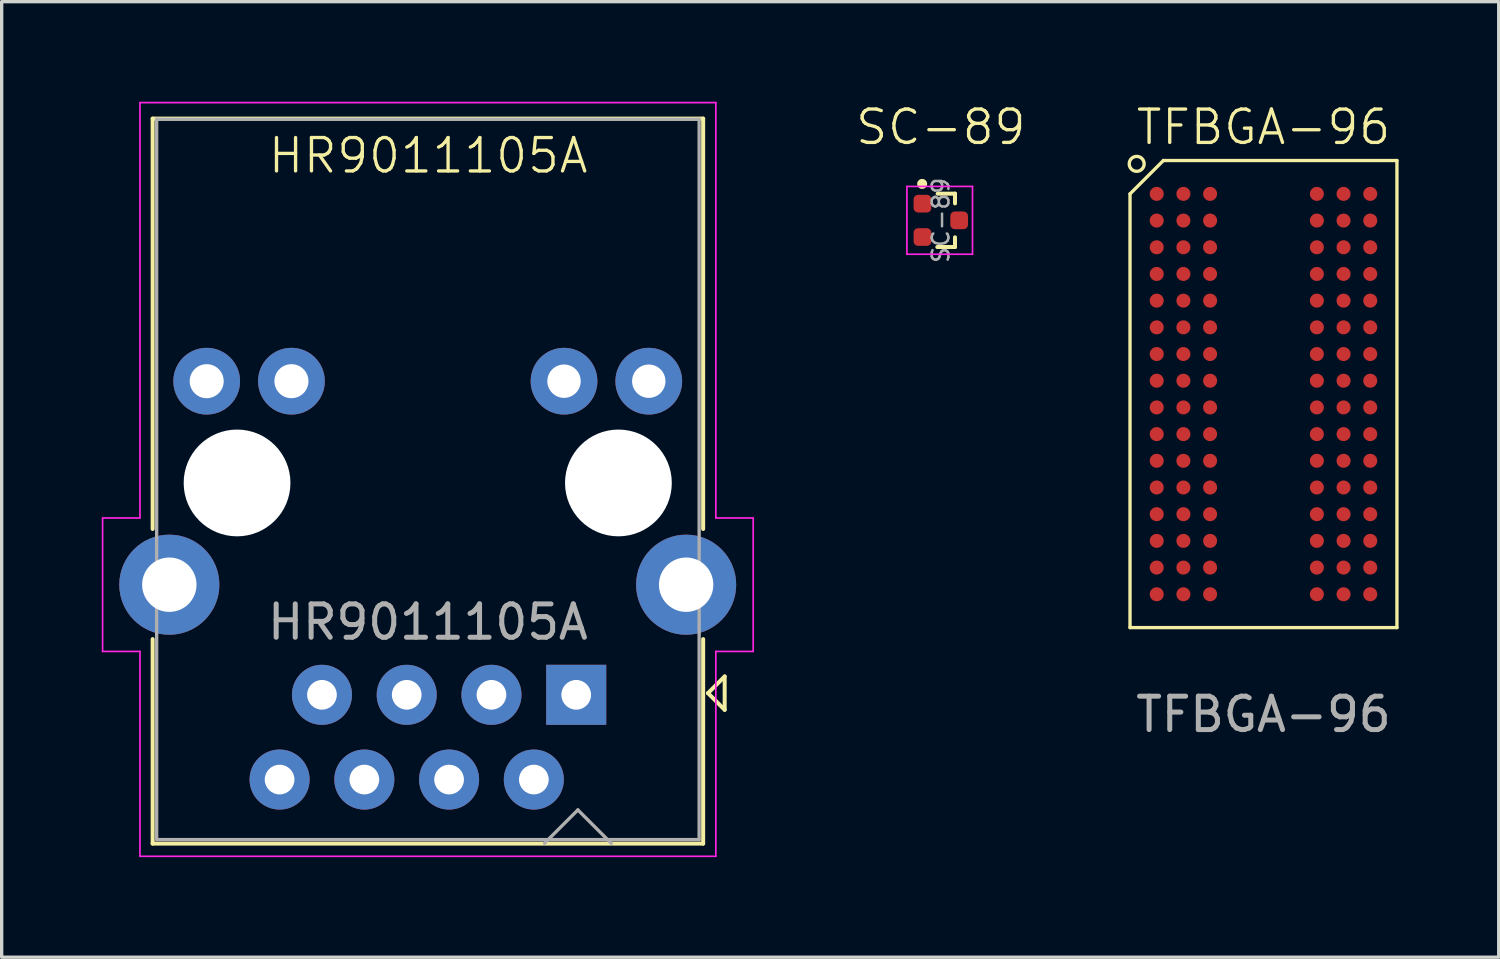
<source format=kicad_pcb>
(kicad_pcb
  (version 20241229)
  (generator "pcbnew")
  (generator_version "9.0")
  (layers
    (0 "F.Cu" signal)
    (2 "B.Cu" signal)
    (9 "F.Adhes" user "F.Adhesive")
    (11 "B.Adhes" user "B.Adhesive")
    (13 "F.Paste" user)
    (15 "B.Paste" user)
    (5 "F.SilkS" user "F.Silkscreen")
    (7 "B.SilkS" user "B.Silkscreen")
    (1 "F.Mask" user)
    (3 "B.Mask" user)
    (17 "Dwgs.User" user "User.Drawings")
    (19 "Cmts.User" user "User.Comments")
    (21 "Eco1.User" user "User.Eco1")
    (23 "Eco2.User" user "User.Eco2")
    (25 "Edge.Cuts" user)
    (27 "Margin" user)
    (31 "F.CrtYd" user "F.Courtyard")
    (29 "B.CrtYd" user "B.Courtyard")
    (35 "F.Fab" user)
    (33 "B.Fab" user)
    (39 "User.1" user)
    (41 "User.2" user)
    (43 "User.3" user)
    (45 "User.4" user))
  (footprint "TFBGA-96"
    (layer "F.Cu")
    (at 34.819 8.761)
    (property "Reference" "TFBGA-96" (at 0 -8 0) (unlocked yes) (layer "F.SilkS") (effects (font (size 1 1) (thickness 0.1))))
    (attr smd)
    (fp_line (start -4 -6) (end -3 -7) (stroke (width 0.1) (type default)) (layer "F.SilkS"))
    (fp_line (start -4 7) (end -4 -6) (stroke (width 0.1) (type default)) (layer "F.SilkS"))
    (fp_line (start -3 -7) (end 4 -7) (stroke (width 0.1) (type default)) (layer "F.SilkS"))
    (fp_line (start 4 -7) (end 4 7) (stroke (width 0.1) (type default)) (layer "F.SilkS"))
    (fp_line (start 4 7) (end -4 7) (stroke (width 0.1) (type default)) (layer "F.SilkS"))
    (fp_circle (center -3.8 -6.9) (end -3.7 -6.7) (stroke (width 0.1) (type default)) (fill no) (layer "F.SilkS"))
    (fp_text user "${REFERENCE}" (at 0 9.6 0) (unlocked yes) (layer "F.Fab") (effects (font (size 1 1) (thickness 0.15))))
    (pad "A1" smd circle (at -3.2 -6) (size 0.42 0.42) (layers "F.Cu" "F.Mask" "F.Paste"))
    (pad "A2" smd circle (at -2.4 -6) (size 0.42 0.42) (layers "F.Cu" "F.Mask" "F.Paste"))
    (pad "A3" smd circle (at -1.6 -6) (size 0.42 0.42) (layers "F.Cu" "F.Mask" "F.Paste"))
    (pad "A7" smd circle (at 1.6 -6) (size 0.42 0.42) (layers "F.Cu" "F.Mask" "F.Paste"))
    (pad "A8" smd circle (at 2.4 -6) (size 0.42 0.42) (layers "F.Cu" "F.Mask" "F.Paste"))
    (pad "A9" smd circle (at 3.2 -6) (size 0.42 0.42) (layers "F.Cu" "F.Mask" "F.Paste"))
    (pad "B1" smd circle (at -3.2 -5.2) (size 0.42 0.42) (layers "F.Cu" "F.Mask" "F.Paste"))
    (pad "B2" smd circle (at -2.4 -5.2) (size 0.42 0.42) (layers "F.Cu" "F.Mask" "F.Paste"))
    (pad "B3" smd circle (at -1.6 -5.2) (size 0.42 0.42) (layers "F.Cu" "F.Mask" "F.Paste"))
    (pad "B7" smd circle (at 1.6 -5.2) (size 0.42 0.42) (layers "F.Cu" "F.Mask" "F.Paste"))
    (pad "B8" smd circle (at 2.4 -5.2) (size 0.42 0.42) (layers "F.Cu" "F.Mask" "F.Paste"))
    (pad "B9" smd circle (at 3.2 -5.2) (size 0.42 0.42) (layers "F.Cu" "F.Mask" "F.Paste"))
    (pad "C1" smd circle (at -3.2 -4.4) (size 0.42 0.42) (layers "F.Cu" "F.Mask" "F.Paste"))
    (pad "C2" smd circle (at -2.4 -4.4) (size 0.42 0.42) (layers "F.Cu" "F.Mask" "F.Paste"))
    (pad "C3" smd circle (at -1.6 -4.4) (size 0.42 0.42) (layers "F.Cu" "F.Mask" "F.Paste"))
    (pad "C7" smd circle (at 1.6 -4.4) (size 0.42 0.42) (layers "F.Cu" "F.Mask" "F.Paste"))
    (pad "C8" smd circle (at 2.4 -4.4) (size 0.42 0.42) (layers "F.Cu" "F.Mask" "F.Paste"))
    (pad "C9" smd circle (at 3.2 -4.4) (size 0.42 0.42) (layers "F.Cu" "F.Mask" "F.Paste"))
    (pad "D1" smd circle (at -3.2 -3.6) (size 0.42 0.42) (layers "F.Cu" "F.Mask" "F.Paste"))
    (pad "D2" smd circle (at -2.4 -3.6) (size 0.42 0.42) (layers "F.Cu" "F.Mask" "F.Paste"))
    (pad "D3" smd circle (at -1.6 -3.6) (size 0.42 0.42) (layers "F.Cu" "F.Mask" "F.Paste"))
    (pad "D7" smd circle (at 1.6 -3.6) (size 0.42 0.42) (layers "F.Cu" "F.Mask" "F.Paste"))
    (pad "D8" smd circle (at 2.4 -3.6) (size 0.42 0.42) (layers "F.Cu" "F.Mask" "F.Paste"))
    (pad "D9" smd circle (at 3.2 -3.6) (size 0.42 0.42) (layers "F.Cu" "F.Mask" "F.Paste"))
    (pad "E1" smd circle (at -3.2 -2.8) (size 0.42 0.42) (layers "F.Cu" "F.Mask" "F.Paste"))
    (pad "E2" smd circle (at -2.4 -2.8) (size 0.42 0.42) (layers "F.Cu" "F.Mask" "F.Paste"))
    (pad "E3" smd circle (at -1.6 -2.8) (size 0.42 0.42) (layers "F.Cu" "F.Mask" "F.Paste"))
    (pad "E7" smd circle (at 1.6 -2.8) (size 0.42 0.42) (layers "F.Cu" "F.Mask" "F.Paste"))
    (pad "E8" smd circle (at 2.4 -2.8) (size 0.42 0.42) (layers "F.Cu" "F.Mask" "F.Paste"))
    (pad "E9" smd circle (at 3.2 -2.8) (size 0.42 0.42) (layers "F.Cu" "F.Mask" "F.Paste"))
    (pad "F1" smd circle (at -3.2 -2) (size 0.42 0.42) (layers "F.Cu" "F.Mask" "F.Paste"))
    (pad "F2" smd circle (at -2.4 -2) (size 0.42 0.42) (layers "F.Cu" "F.Mask" "F.Paste"))
    (pad "F3" smd circle (at -1.6 -2) (size 0.42 0.42) (layers "F.Cu" "F.Mask" "F.Paste"))
    (pad "F7" smd circle (at 1.6 -2) (size 0.42 0.42) (layers "F.Cu" "F.Mask" "F.Paste"))
    (pad "F8" smd circle (at 2.4 -2) (size 0.42 0.42) (layers "F.Cu" "F.Mask" "F.Paste"))
    (pad "F9" smd circle (at 3.2 -2) (size 0.42 0.42) (layers "F.Cu" "F.Mask" "F.Paste"))
    (pad "G1" smd circle (at -3.2 -1.2) (size 0.42 0.42) (layers "F.Cu" "F.Mask" "F.Paste"))
    (pad "G2" smd circle (at -2.4 -1.2) (size 0.42 0.42) (layers "F.Cu" "F.Mask" "F.Paste"))
    (pad "G3" smd circle (at -1.6 -1.2) (size 0.42 0.42) (layers "F.Cu" "F.Mask" "F.Paste"))
    (pad "G7" smd circle (at 1.6 -1.2) (size 0.42 0.42) (layers "F.Cu" "F.Mask" "F.Paste"))
    (pad "G8" smd circle (at 2.4 -1.2) (size 0.42 0.42) (layers "F.Cu" "F.Mask" "F.Paste"))
    (pad "G9" smd circle (at 3.2 -1.2) (size 0.42 0.42) (layers "F.Cu" "F.Mask" "F.Paste"))
    (pad "H1" smd circle (at -3.2 -0.4) (size 0.42 0.42) (layers "F.Cu" "F.Mask" "F.Paste"))
    (pad "H2" smd circle (at -2.4 -0.4) (size 0.42 0.42) (layers "F.Cu" "F.Mask" "F.Paste"))
    (pad "H3" smd circle (at -1.6 -0.4) (size 0.42 0.42) (layers "F.Cu" "F.Mask" "F.Paste"))
    (pad "H7" smd circle (at 1.6 -0.4) (size 0.42 0.42) (layers "F.Cu" "F.Mask" "F.Paste"))
    (pad "H8" smd circle (at 2.4 -0.4) (size 0.42 0.42) (layers "F.Cu" "F.Mask" "F.Paste"))
    (pad "H9" smd circle (at 3.2 -0.4) (size 0.42 0.42) (layers "F.Cu" "F.Mask" "F.Paste"))
    (pad "J1" smd circle (at -3.2 0.4) (size 0.42 0.42) (layers "F.Cu" "F.Mask" "F.Paste"))
    (pad "J2" smd circle (at -2.4 0.4) (size 0.42 0.42) (layers "F.Cu" "F.Mask" "F.Paste"))
    (pad "J3" smd circle (at -1.6 0.4) (size 0.42 0.42) (layers "F.Cu" "F.Mask" "F.Paste"))
    (pad "J7" smd circle (at 1.6 0.4) (size 0.42 0.42) (layers "F.Cu" "F.Mask" "F.Paste"))
    (pad "J8" smd circle (at 2.4 0.4) (size 0.42 0.42) (layers "F.Cu" "F.Mask" "F.Paste"))
    (pad "J9" smd circle (at 3.2 0.4) (size 0.42 0.42) (layers "F.Cu" "F.Mask" "F.Paste"))
    (pad "K1" smd circle (at -3.2 1.2) (size 0.42 0.42) (layers "F.Cu" "F.Mask" "F.Paste"))
    (pad "K2" smd circle (at -2.4 1.2) (size 0.42 0.42) (layers "F.Cu" "F.Mask" "F.Paste"))
    (pad "K3" smd circle (at -1.6 1.2) (size 0.42 0.42) (layers "F.Cu" "F.Mask" "F.Paste"))
    (pad "K7" smd circle (at 1.6 1.2) (size 0.42 0.42) (layers "F.Cu" "F.Mask" "F.Paste"))
    (pad "K8" smd circle (at 2.4 1.2) (size 0.42 0.42) (layers "F.Cu" "F.Mask" "F.Paste"))
    (pad "K9" smd circle (at 3.2 1.2) (size 0.42 0.42) (layers "F.Cu" "F.Mask" "F.Paste"))
    (pad "L1" smd circle (at -3.2 2) (size 0.42 0.42) (layers "F.Cu" "F.Mask" "F.Paste"))
    (pad "L2" smd circle (at -2.4 2) (size 0.42 0.42) (layers "F.Cu" "F.Mask" "F.Paste"))
    (pad "L3" smd circle (at -1.6 2) (size 0.42 0.42) (layers "F.Cu" "F.Mask" "F.Paste"))
    (pad "L7" smd circle (at 1.6 2) (size 0.42 0.42) (layers "F.Cu" "F.Mask" "F.Paste"))
    (pad "L8" smd circle (at 2.4 2) (size 0.42 0.42) (layers "F.Cu" "F.Mask" "F.Paste"))
    (pad "L9" smd circle (at 3.2 2) (size 0.42 0.42) (layers "F.Cu" "F.Mask" "F.Paste"))
    (pad "M1" smd circle (at -3.2 2.8) (size 0.42 0.42) (layers "F.Cu" "F.Mask" "F.Paste"))
    (pad "M2" smd circle (at -2.4 2.8) (size 0.42 0.42) (layers "F.Cu" "F.Mask" "F.Paste"))
    (pad "M3" smd circle (at -1.6 2.8) (size 0.42 0.42) (layers "F.Cu" "F.Mask" "F.Paste"))
    (pad "M7" smd circle (at 1.6 2.8) (size 0.42 0.42) (layers "F.Cu" "F.Mask" "F.Paste"))
    (pad "M8" smd circle (at 2.4 2.8) (size 0.42 0.42) (layers "F.Cu" "F.Mask" "F.Paste"))
    (pad "M9" smd circle (at 3.2 2.8) (size 0.42 0.42) (layers "F.Cu" "F.Mask" "F.Paste"))
    (pad "N1" smd circle (at -3.2 3.6) (size 0.42 0.42) (layers "F.Cu" "F.Mask" "F.Paste"))
    (pad "N2" smd circle (at -2.4 3.6) (size 0.42 0.42) (layers "F.Cu" "F.Mask" "F.Paste"))
    (pad "N3" smd circle (at -1.6 3.6) (size 0.42 0.42) (layers "F.Cu" "F.Mask" "F.Paste"))
    (pad "N7" smd circle (at 1.6 3.6) (size 0.42 0.42) (layers "F.Cu" "F.Mask" "F.Paste"))
    (pad "N8" smd circle (at 2.4 3.6) (size 0.42 0.42) (layers "F.Cu" "F.Mask" "F.Paste"))
    (pad "N9" smd circle (at 3.2 3.6) (size 0.42 0.42) (layers "F.Cu" "F.Mask" "F.Paste"))
    (pad "P1" smd circle (at -3.2 4.4) (size 0.42 0.42) (layers "F.Cu" "F.Mask" "F.Paste"))
    (pad "P2" smd circle (at -2.4 4.4) (size 0.42 0.42) (layers "F.Cu" "F.Mask" "F.Paste"))
    (pad "P3" smd circle (at -1.6 4.4) (size 0.42 0.42) (layers "F.Cu" "F.Mask" "F.Paste"))
    (pad "P7" smd circle (at 1.6 4.4) (size 0.42 0.42) (layers "F.Cu" "F.Mask" "F.Paste"))
    (pad "P8" smd circle (at 2.4 4.4) (size 0.42 0.42) (layers "F.Cu" "F.Mask" "F.Paste"))
    (pad "P9" smd circle (at 3.2 4.4) (size 0.42 0.42) (layers "F.Cu" "F.Mask" "F.Paste"))
    (pad "R1" smd circle (at -3.2 5.2) (size 0.42 0.42) (layers "F.Cu" "F.Mask" "F.Paste"))
    (pad "R2" smd circle (at -2.4 5.2) (size 0.42 0.42) (layers "F.Cu" "F.Mask" "F.Paste"))
    (pad "R3" smd circle (at -1.6 5.2) (size 0.42 0.42) (layers "F.Cu" "F.Mask" "F.Paste"))
    (pad "R7" smd circle (at 1.6 5.2) (size 0.42 0.42) (layers "F.Cu" "F.Mask" "F.Paste"))
    (pad "R8" smd circle (at 2.4 5.2) (size 0.42 0.42) (layers "F.Cu" "F.Mask" "F.Paste"))
    (pad "R9" smd circle (at 3.2 5.2) (size 0.42 0.42) (layers "F.Cu" "F.Mask" "F.Paste"))
    (pad "T1" smd circle (at -3.2 6) (size 0.42 0.42) (layers "F.Cu" "F.Mask" "F.Paste"))
    (pad "T2" smd circle (at -2.4 6) (size 0.42 0.42) (layers "F.Cu" "F.Mask" "F.Paste"))
    (pad "T3" smd circle (at -1.6 6) (size 0.42 0.42) (layers "F.Cu" "F.Mask" "F.Paste"))
    (pad "T7" smd circle (at 1.6 6) (size 0.42 0.42) (layers "F.Cu" "F.Mask" "F.Paste"))
    (pad "T8" smd circle (at 2.4 6) (size 0.42 0.42) (layers "F.Cu" "F.Mask" "F.Paste"))
    (pad "T9" smd circle (at 3.2 6) (size 0.42 0.42) (layers "F.Cu" "F.Mask" "F.Paste")))
  (footprint "HR9011105A"
    (layer "F.Cu")
    (at 9.77 11.425)
    (property "Reference" "HR9011105A" (at 0.015 -9.81 0) (unlocked yes) (layer "F.SilkS") (effects (font (size 1 1) (thickness 0.1))))
    (attr smd)
    (fp_line (start -8.245 1.38) (end -8.245 -10.92) (stroke (width 0.12) (type solid)) (layer "F.SilkS"))
    (fp_line (start -8.245 10.81) (end -8.245 4.68) (stroke (width 0.12) (type solid)) (layer "F.SilkS"))
    (fp_line (start 8.255 -10.92) (end -8.245 -10.92) (stroke (width 0.12) (type solid)) (layer "F.SilkS"))
    (fp_line (start 8.255 1.38) (end 8.255 -10.92) (stroke (width 0.12) (type solid)) (layer "F.SilkS"))
    (fp_line (start 8.255 10.81) (end -8.245 10.81) (stroke (width 0.12) (type solid)) (layer "F.SilkS"))
    (fp_line (start 8.255 10.81) (end 8.255 4.68) (stroke (width 0.12) (type solid)) (layer "F.SilkS"))
    (fp_line (start 8.4 6.3) (end 8.9 6.8) (stroke (width 0.12) (type solid)) (layer "F.SilkS"))
    (fp_line (start 8.9 5.8) (end 8.4 6.3) (stroke (width 0.12) (type solid)) (layer "F.SilkS"))
    (fp_line (start 8.9 6.8) (end 8.9 5.8) (stroke (width 0.12) (type solid)) (layer "F.SilkS"))
    (fp_line (start -9.745 5.05) (end -9.745 1.05) (stroke (width 0.05) (type solid)) (layer "F.CrtYd"))
    (fp_line (start -9.745 5.05) (end -8.625 5.05) (stroke (width 0.05) (type solid)) (layer "F.CrtYd"))
    (fp_line (start -8.625 1.05) (end -9.745 1.05) (stroke (width 0.05) (type solid)) (layer "F.CrtYd"))
    (fp_line (start -8.625 1.05) (end -8.625 -11.4) (stroke (width 0.05) (type solid)) (layer "F.CrtYd"))
    (fp_line (start -8.625 11.19) (end -8.625 5.05) (stroke (width 0.05) (type solid)) (layer "F.CrtYd"))
    (fp_line (start 8.635 -11.4) (end -8.625 -11.4) (stroke (width 0.05) (type solid)) (layer "F.CrtYd"))
    (fp_line (start 8.635 1.05) (end 8.635 -11.4) (stroke (width 0.05) (type solid)) (layer "F.CrtYd"))
    (fp_line (start 8.635 5.05) (end 9.755 5.05) (stroke (width 0.05) (type solid)) (layer "F.CrtYd"))
    (fp_line (start 8.635 11.19) (end -8.625 11.19) (stroke (width 0.05) (type solid)) (layer "F.CrtYd"))
    (fp_line (start 8.635 11.19) (end 8.635 5.05) (stroke (width 0.05) (type solid)) (layer "F.CrtYd"))
    (fp_line (start 9.755 1.05) (end 8.635 1.05) (stroke (width 0.05) (type solid)) (layer "F.CrtYd"))
    (fp_line (start 9.755 5.05) (end 9.755 1.05) (stroke (width 0.05) (type solid)) (layer "F.CrtYd"))
    (fp_line (start -8.125 -10.9) (end 8.135 -10.9) (stroke (width 0.1) (type solid)) (layer "F.Fab"))
    (fp_line (start -8.125 10.69) (end -8.125 -10.9) (stroke (width 0.1) (type solid)) (layer "F.Fab"))
    (fp_line (start 3.5 10.8) (end 4.5 9.8) (stroke (width 0.1) (type default)) (layer "F.Fab"))
    (fp_line (start 4.5 9.8) (end 5.5 10.8) (stroke (width 0.1) (type default)) (layer "F.Fab"))
    (fp_line (start 8.135 -10.9) (end 8.135 10.69) (stroke (width 0.1) (type solid)) (layer "F.Fab"))
    (fp_line (start 8.135 10.69) (end -8.125 10.69) (stroke (width 0.1) (type solid)) (layer "F.Fab"))
    (fp_text user "${REFERENCE}" (at 0.005 4.17 180) (layer "F.Fab") (effects (font (size 1 1) (thickness 0.15))))
    (pad "" np_thru_hole circle (at -5.715 0 180) (size 3.2 3.2) (drill 3.25) (layers "*.Cu" "*.Mask"))
    (pad "" np_thru_hole circle (at 5.715 0 180) (size 3.2 3.2) (drill 3.25) (layers "*.Cu" "*.Mask"))
    (pad "1" thru_hole rect (at 4.45 6.35 180) (size 1.8 1.8) (drill 0.89) (layers "*.Cu" "*.Mask"))
    (pad "2" thru_hole circle (at 3.18 8.89 180) (size 1.8 1.8) (drill 0.89) (layers "*.Cu" "*.Mask"))
    (pad "3" thru_hole circle (at 1.91 6.35 180) (size 1.8 1.8) (drill 0.89) (layers "*.Cu" "*.Mask"))
    (pad "4" thru_hole circle (at 0.64 8.89 180) (size 1.8 1.8) (drill 0.89) (layers "*.Cu" "*.Mask"))
    (pad "5" thru_hole circle (at -0.63 6.35 180) (size 1.8 1.8) (drill 0.89) (layers "*.Cu" "*.Mask"))
    (pad "6" thru_hole circle (at -1.9 8.89 180) (size 1.8 1.8) (drill 0.89) (layers "*.Cu" "*.Mask"))
    (pad "7" thru_hole circle (at -3.17 6.35 180) (size 1.8 1.8) (drill 0.89) (layers "*.Cu" "*.Mask"))
    (pad "8" thru_hole circle (at -4.44 8.89 180) (size 1.8 1.8) (drill 0.89) (layers "*.Cu" "*.Mask"))
    (pad "9" thru_hole circle (at 6.625 -3.05 180) (size 2 2) (drill 1) (layers "*.Cu" "*.Mask"))
    (pad "10" thru_hole circle (at 4.085 -3.05 180) (size 2 2) (drill 1) (layers "*.Cu" "*.Mask"))
    (pad "11" thru_hole circle (at -4.085 -3.05 180) (size 2 2) (drill 1.02) (layers "*.Cu" "*.Mask"))
    (pad "12" thru_hole circle (at -6.625 -3.05 180) (size 2 2) (drill 1.02) (layers "*.Cu" "*.Mask"))
    (pad "SH" thru_hole circle (at -7.745 3.05 180) (size 3 3) (drill 1.63) (layers "*.Cu" "*.Mask"))
    (pad "SH" thru_hole circle (at 7.745 3.05 180) (size 3 3) (drill 1.63) (layers "*.Cu" "*.Mask")))
  (footprint "SC-89"
    (layer "F.Cu")
    (at 25.148 3.554)
    (property "Reference" "SC-89" (at 0 -2.794 0) (unlocked yes) (layer "F.SilkS") (effects (font (size 1 1) (thickness 0.1))))
    (attr smd)
    (fp_line (start -0.105 0.8) (end 0.425 0.8) (stroke (width 0.12) (type solid)) (layer "F.SilkS"))
    (fp_line (start -0.094 -0.8) (end 0.425 -0.8) (stroke (width 0.12) (type solid)) (layer "F.SilkS"))
    (fp_line (start 0.425 -0.8) (end 0.425 -0.508) (stroke (width 0.12) (type solid)) (layer "F.SilkS"))
    (fp_line (start 0.425 0.508) (end 0.425 0.8) (stroke (width 0.12) (type solid)) (layer "F.SilkS"))
    (fp_circle (center -0.559 -1.092) (end -0.409 -1.092) (stroke (width 0) (type solid)) (fill yes) (layer "F.SilkS"))
    (fp_line (start -1.016 -1.016) (end -1.016 1.016) (stroke (width 0.05) (type solid)) (layer "F.CrtYd"))
    (fp_line (start -1.016 -1.016) (end 0.95 -1.016) (stroke (width 0.05) (type solid)) (layer "F.CrtYd"))
    (fp_line (start 0.95 1.016) (end -1.016 1.016) (stroke (width 0.05) (type solid)) (layer "F.CrtYd"))
    (fp_line (start 0.95 1.016) (end 0.95 -1.016) (stroke (width 0.05) (type solid)) (layer "F.CrtYd"))
    (fp_text user "${REFERENCE}" (at 0 0 90) (layer "F.Fab") (effects (font (size 0.5 0.5) (thickness 0.075))))
    (pad "1" smd roundrect (at -0.55 -0.5) (size 0.53 0.53) (layers "F.Cu" "F.Mask" "F.Paste") (roundrect_rratio 0.25))
    (pad "2" smd roundrect (at -0.55 0.5) (size 0.53 0.53) (layers "F.Cu" "F.Mask" "F.Paste") (roundrect_rratio 0.25))
    (pad "3" smd roundrect (at 0.55 0) (size 0.53 0.53) (layers "F.Cu" "F.Mask" "F.Paste") (roundrect_rratio 0.25)))
  (gr_rect
    (start -3 -3)
    (end 41.869 25.64)
    (stroke (width 0.1) (type default))
    (fill no)
    (layer "Edge.Cuts")))
</source>
